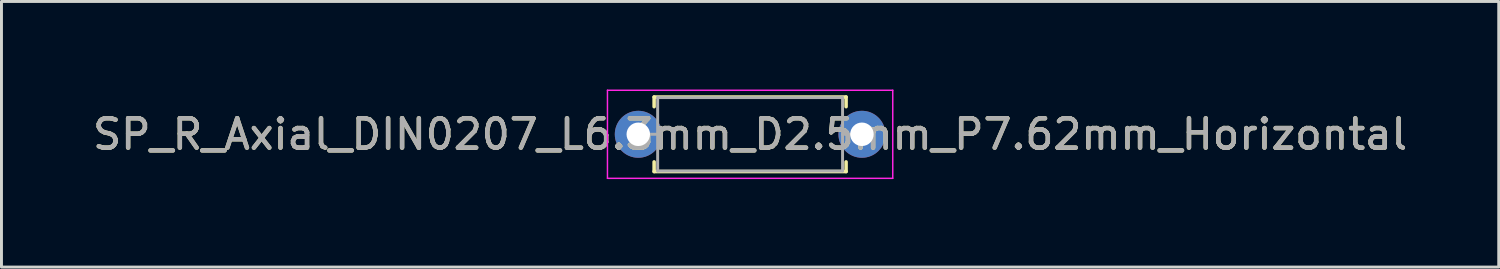
<source format=kicad_pcb>
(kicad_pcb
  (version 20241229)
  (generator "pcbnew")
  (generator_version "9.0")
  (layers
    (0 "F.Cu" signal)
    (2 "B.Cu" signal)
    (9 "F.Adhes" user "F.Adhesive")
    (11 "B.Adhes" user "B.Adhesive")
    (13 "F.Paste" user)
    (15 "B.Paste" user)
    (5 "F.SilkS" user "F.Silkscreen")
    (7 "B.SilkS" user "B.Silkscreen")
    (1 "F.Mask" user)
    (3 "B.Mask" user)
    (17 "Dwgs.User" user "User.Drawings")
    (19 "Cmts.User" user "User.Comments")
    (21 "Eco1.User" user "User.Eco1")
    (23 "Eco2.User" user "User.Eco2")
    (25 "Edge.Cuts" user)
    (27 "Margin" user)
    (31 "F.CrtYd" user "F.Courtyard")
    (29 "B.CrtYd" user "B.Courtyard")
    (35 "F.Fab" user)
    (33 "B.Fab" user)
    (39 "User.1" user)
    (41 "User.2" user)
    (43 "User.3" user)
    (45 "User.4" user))
  (footprint "SP_R_Axial_DIN0207_L6.3mm_D2.5mm_P7.62mm_Horizontal"
    (layer "F.Cu")
    (at 18.696 1.525)
    (property "Reference" "SP_R_Axial_DIN0207_L6.3mm_D2.5mm_P7.62mm_Horizontal" (at 3.81 0 180) (layer "F.SilkS") (effects (font (size 1 1) (thickness 0.15))))
    (attr through_hole)
    (fp_line (start 0.54 -1.27) (end 7.08 -1.27) (stroke (width 0.12) (type solid)) (layer "F.SilkS"))
    (fp_line (start 0.54 -0.94) (end 0.54 -1.27) (stroke (width 0.12) (type solid)) (layer "F.SilkS"))
    (fp_line (start 0.54 0.94) (end 0.54 1.27) (stroke (width 0.12) (type solid)) (layer "F.SilkS"))
    (fp_line (start 0.54 1.27) (end 7.08 1.27) (stroke (width 0.12) (type solid)) (layer "F.SilkS"))
    (fp_line (start 7.08 -1.27) (end 7.08 -0.94) (stroke (width 0.12) (type solid)) (layer "F.SilkS"))
    (fp_line (start 7.08 1.27) (end 7.08 0.94) (stroke (width 0.12) (type solid)) (layer "F.SilkS"))
    (fp_line (start -1.05 -1.5) (end -1.05 1.5) (stroke (width 0.05) (type solid)) (layer "F.CrtYd"))
    (fp_line (start -1.05 1.5) (end 8.67 1.5) (stroke (width 0.05) (type solid)) (layer "F.CrtYd"))
    (fp_line (start 8.67 -1.5) (end -1.05 -1.5) (stroke (width 0.05) (type solid)) (layer "F.CrtYd"))
    (fp_line (start 8.67 1.5) (end 8.67 -1.5) (stroke (width 0.05) (type solid)) (layer "F.CrtYd"))
    (fp_line (start 0 0) (end 0.66 0) (stroke (width 0.1) (type solid)) (layer "F.Fab"))
    (fp_line (start 0.66 -1.25) (end 0.66 1.25) (stroke (width 0.1) (type solid)) (layer "F.Fab"))
    (fp_line (start 0.66 1.25) (end 6.96 1.25) (stroke (width 0.1) (type solid)) (layer "F.Fab"))
    (fp_line (start 6.96 -1.25) (end 0.66 -1.25) (stroke (width 0.1) (type solid)) (layer "F.Fab"))
    (fp_line (start 6.96 1.25) (end 6.96 -1.25) (stroke (width 0.1) (type solid)) (layer "F.Fab"))
    (fp_line (start 7.62 0) (end 6.96 0) (stroke (width 0.1) (type solid)) (layer "F.Fab"))
    (fp_text user "${REFERENCE}" (at 3.81 0 180) (layer "F.Fab") (effects (font (size 1 1) (thickness 0.15))))
    (pad "1" thru_hole circle (at 0 0) (size 1.6 1.6) (drill 0.8) (layers "*.Cu" "*.Mask"))
    (pad "2" thru_hole oval (at 7.62 0) (size 1.6 1.6) (drill 0.8) (layers "*.Cu" "*.Mask")))
  (gr_rect
    (start -3 -3)
    (end 48.012 6.05)
    (stroke (width 0.1) (type default))
    (fill no)
    (layer "Edge.Cuts")))
</source>
